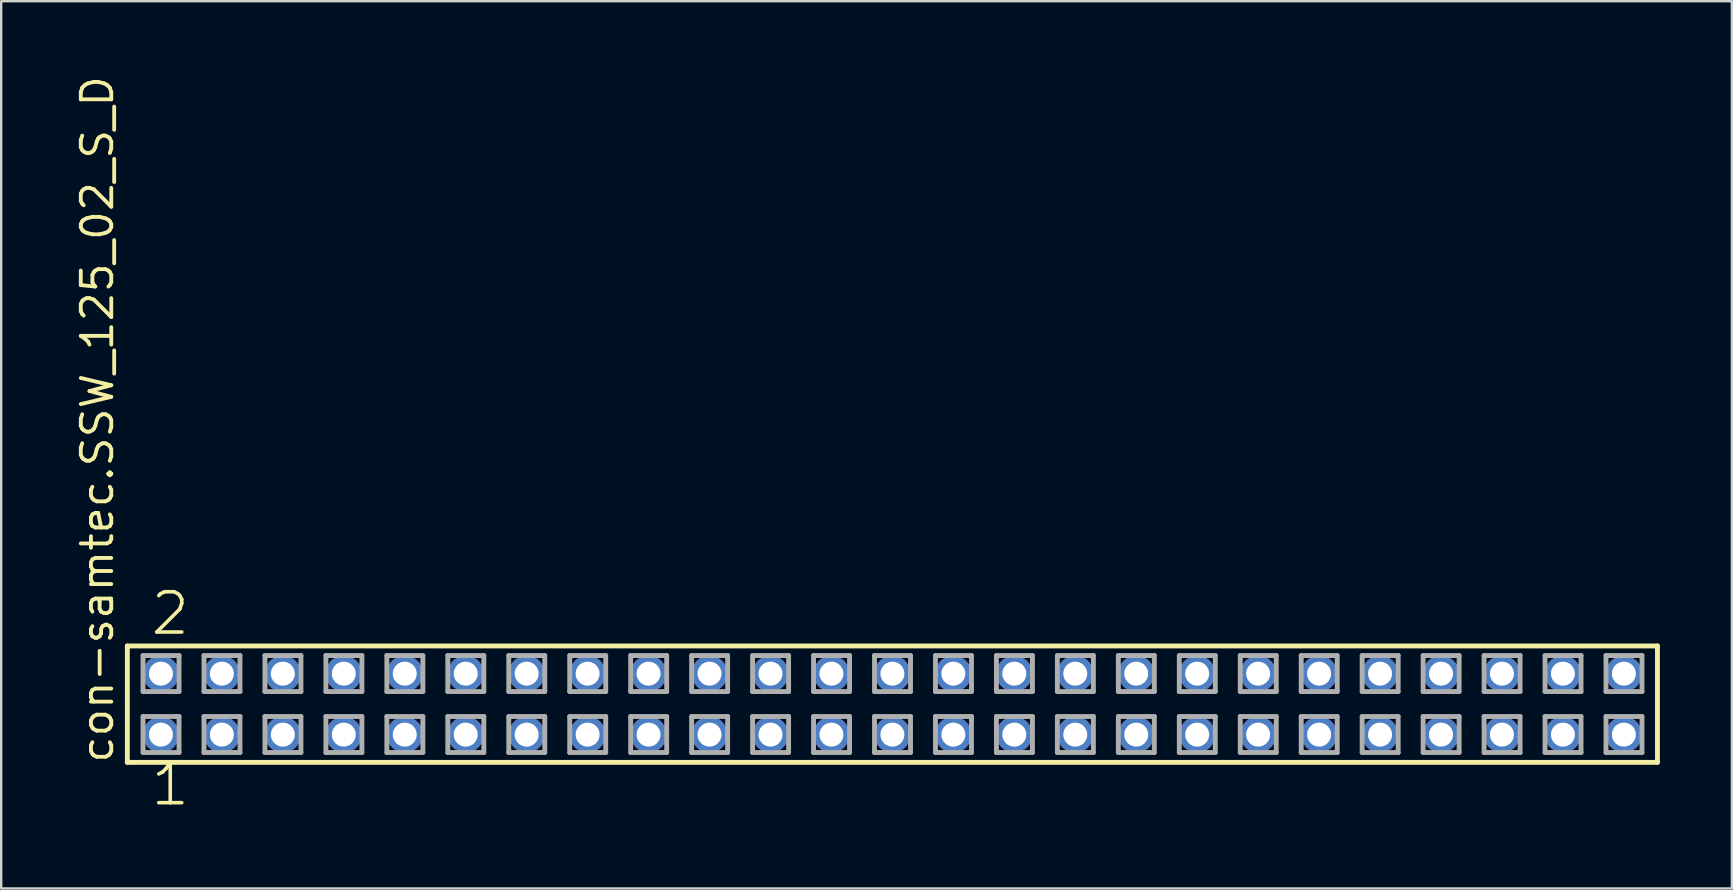
<source format=kicad_pcb>
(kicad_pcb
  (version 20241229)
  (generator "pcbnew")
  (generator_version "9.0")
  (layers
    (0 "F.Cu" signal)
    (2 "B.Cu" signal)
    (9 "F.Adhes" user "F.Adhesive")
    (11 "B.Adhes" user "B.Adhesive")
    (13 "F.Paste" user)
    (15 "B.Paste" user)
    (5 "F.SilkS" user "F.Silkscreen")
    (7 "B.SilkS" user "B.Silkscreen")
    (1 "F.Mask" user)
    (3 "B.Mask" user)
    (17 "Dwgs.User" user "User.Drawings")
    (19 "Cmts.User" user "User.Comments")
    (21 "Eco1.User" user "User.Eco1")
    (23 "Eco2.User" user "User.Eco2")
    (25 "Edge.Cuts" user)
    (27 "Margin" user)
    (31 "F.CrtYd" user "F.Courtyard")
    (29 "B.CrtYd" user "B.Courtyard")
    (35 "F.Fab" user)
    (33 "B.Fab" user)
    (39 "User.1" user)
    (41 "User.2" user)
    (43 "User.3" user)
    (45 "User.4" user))
  (footprint "con-samtec.SSW_125_02_S_D"
    (layer "F.Cu")
    (at 34.135 26.291)
    (property "Reference" "con-samtec.SSW_125_02_S_D" (at -32.385 2.54 90) (layer "F.SilkS") (effects (font (size 1.27 1.27) (thickness 0.16)) (justify left bottom)))
    (attr through_hole)
    (fp_line (start -31.879 -2.425) (end 31.879 -2.425) (stroke (width 0.203) (type default)) (layer "F.SilkS"))
    (fp_line (start -31.879 2.425) (end -31.879 -2.425) (stroke (width 0.203) (type default)) (layer "F.SilkS"))
    (fp_line (start 31.879 -2.425) (end 31.879 2.425) (stroke (width 0.203) (type default)) (layer "F.SilkS"))
    (fp_line (start 31.879 2.425) (end -31.879 2.425) (stroke (width 0.203) (type default)) (layer "F.SilkS"))
    (fp_line (start -31.225 -2.025) (end -29.725 -2.025) (stroke (width 0.203) (type default)) (layer "F.Fab"))
    (fp_line (start -31.225 -0.525) (end -31.225 -2.025) (stroke (width 0.203) (type default)) (layer "F.Fab"))
    (fp_line (start -31.225 0.515) (end -29.725 0.515) (stroke (width 0.203) (type default)) (layer "F.Fab"))
    (fp_line (start -31.225 2.015) (end -31.225 0.515) (stroke (width 0.203) (type default)) (layer "F.Fab"))
    (fp_line (start -29.725 -2.025) (end -29.725 -0.525) (stroke (width 0.203) (type default)) (layer "F.Fab"))
    (fp_line (start -29.725 -0.525) (end -31.225 -0.525) (stroke (width 0.203) (type default)) (layer "F.Fab"))
    (fp_line (start -29.725 0.515) (end -29.725 2.015) (stroke (width 0.203) (type default)) (layer "F.Fab"))
    (fp_line (start -29.725 2.015) (end -31.225 2.015) (stroke (width 0.203) (type default)) (layer "F.Fab"))
    (fp_line (start -28.685 -2.025) (end -27.185 -2.025) (stroke (width 0.203) (type default)) (layer "F.Fab"))
    (fp_line (start -28.685 -0.525) (end -28.685 -2.025) (stroke (width 0.203) (type default)) (layer "F.Fab"))
    (fp_line (start -28.685 0.515) (end -27.185 0.515) (stroke (width 0.203) (type default)) (layer "F.Fab"))
    (fp_line (start -28.685 2.015) (end -28.685 0.515) (stroke (width 0.203) (type default)) (layer "F.Fab"))
    (fp_line (start -27.185 -2.025) (end -27.185 -0.525) (stroke (width 0.203) (type default)) (layer "F.Fab"))
    (fp_line (start -27.185 -0.525) (end -28.685 -0.525) (stroke (width 0.203) (type default)) (layer "F.Fab"))
    (fp_line (start -27.185 0.515) (end -27.185 2.015) (stroke (width 0.203) (type default)) (layer "F.Fab"))
    (fp_line (start -27.185 2.015) (end -28.685 2.015) (stroke (width 0.203) (type default)) (layer "F.Fab"))
    (fp_line (start -26.145 -2.025) (end -24.645 -2.025) (stroke (width 0.203) (type default)) (layer "F.Fab"))
    (fp_line (start -26.145 -0.525) (end -26.145 -2.025) (stroke (width 0.203) (type default)) (layer "F.Fab"))
    (fp_line (start -26.145 0.515) (end -24.645 0.515) (stroke (width 0.203) (type default)) (layer "F.Fab"))
    (fp_line (start -26.145 2.015) (end -26.145 0.515) (stroke (width 0.203) (type default)) (layer "F.Fab"))
    (fp_line (start -24.645 -2.025) (end -24.645 -0.525) (stroke (width 0.203) (type default)) (layer "F.Fab"))
    (fp_line (start -24.645 -0.525) (end -26.145 -0.525) (stroke (width 0.203) (type default)) (layer "F.Fab"))
    (fp_line (start -24.645 0.515) (end -24.645 2.015) (stroke (width 0.203) (type default)) (layer "F.Fab"))
    (fp_line (start -24.645 2.015) (end -26.145 2.015) (stroke (width 0.203) (type default)) (layer "F.Fab"))
    (fp_line (start -23.605 -2.025) (end -22.105 -2.025) (stroke (width 0.203) (type default)) (layer "F.Fab"))
    (fp_line (start -23.605 -0.525) (end -23.605 -2.025) (stroke (width 0.203) (type default)) (layer "F.Fab"))
    (fp_line (start -23.605 0.515) (end -22.105 0.515) (stroke (width 0.203) (type default)) (layer "F.Fab"))
    (fp_line (start -23.605 2.015) (end -23.605 0.515) (stroke (width 0.203) (type default)) (layer "F.Fab"))
    (fp_line (start -22.105 -2.025) (end -22.105 -0.525) (stroke (width 0.203) (type default)) (layer "F.Fab"))
    (fp_line (start -22.105 -0.525) (end -23.605 -0.525) (stroke (width 0.203) (type default)) (layer "F.Fab"))
    (fp_line (start -22.105 0.515) (end -22.105 2.015) (stroke (width 0.203) (type default)) (layer "F.Fab"))
    (fp_line (start -22.105 2.015) (end -23.605 2.015) (stroke (width 0.203) (type default)) (layer "F.Fab"))
    (fp_line (start -21.065 -2.025) (end -19.565 -2.025) (stroke (width 0.203) (type default)) (layer "F.Fab"))
    (fp_line (start -21.065 -0.525) (end -21.065 -2.025) (stroke (width 0.203) (type default)) (layer "F.Fab"))
    (fp_line (start -21.065 0.515) (end -19.565 0.515) (stroke (width 0.203) (type default)) (layer "F.Fab"))
    (fp_line (start -21.065 2.015) (end -21.065 0.515) (stroke (width 0.203) (type default)) (layer "F.Fab"))
    (fp_line (start -19.565 -2.025) (end -19.565 -0.525) (stroke (width 0.203) (type default)) (layer "F.Fab"))
    (fp_line (start -19.565 -0.525) (end -21.065 -0.525) (stroke (width 0.203) (type default)) (layer "F.Fab"))
    (fp_line (start -19.565 0.515) (end -19.565 2.015) (stroke (width 0.203) (type default)) (layer "F.Fab"))
    (fp_line (start -19.565 2.015) (end -21.065 2.015) (stroke (width 0.203) (type default)) (layer "F.Fab"))
    (fp_line (start -18.525 -2.025) (end -17.025 -2.025) (stroke (width 0.203) (type default)) (layer "F.Fab"))
    (fp_line (start -18.525 -0.525) (end -18.525 -2.025) (stroke (width 0.203) (type default)) (layer "F.Fab"))
    (fp_line (start -18.525 0.515) (end -17.025 0.515) (stroke (width 0.203) (type default)) (layer "F.Fab"))
    (fp_line (start -18.525 2.015) (end -18.525 0.515) (stroke (width 0.203) (type default)) (layer "F.Fab"))
    (fp_line (start -17.025 -2.025) (end -17.025 -0.525) (stroke (width 0.203) (type default)) (layer "F.Fab"))
    (fp_line (start -17.025 -0.525) (end -18.525 -0.525) (stroke (width 0.203) (type default)) (layer "F.Fab"))
    (fp_line (start -17.025 0.515) (end -17.025 2.015) (stroke (width 0.203) (type default)) (layer "F.Fab"))
    (fp_line (start -17.025 2.015) (end -18.525 2.015) (stroke (width 0.203) (type default)) (layer "F.Fab"))
    (fp_line (start -15.985 -2.025) (end -14.485 -2.025) (stroke (width 0.203) (type default)) (layer "F.Fab"))
    (fp_line (start -15.985 -0.525) (end -15.985 -2.025) (stroke (width 0.203) (type default)) (layer "F.Fab"))
    (fp_line (start -15.985 0.515) (end -14.485 0.515) (stroke (width 0.203) (type default)) (layer "F.Fab"))
    (fp_line (start -15.985 2.015) (end -15.985 0.515) (stroke (width 0.203) (type default)) (layer "F.Fab"))
    (fp_line (start -14.485 -2.025) (end -14.485 -0.525) (stroke (width 0.203) (type default)) (layer "F.Fab"))
    (fp_line (start -14.485 -0.525) (end -15.985 -0.525) (stroke (width 0.203) (type default)) (layer "F.Fab"))
    (fp_line (start -14.485 0.515) (end -14.485 2.015) (stroke (width 0.203) (type default)) (layer "F.Fab"))
    (fp_line (start -14.485 2.015) (end -15.985 2.015) (stroke (width 0.203) (type default)) (layer "F.Fab"))
    (fp_line (start -13.445 -2.025) (end -11.945 -2.025) (stroke (width 0.203) (type default)) (layer "F.Fab"))
    (fp_line (start -13.445 -0.525) (end -13.445 -2.025) (stroke (width 0.203) (type default)) (layer "F.Fab"))
    (fp_line (start -13.445 0.515) (end -11.945 0.515) (stroke (width 0.203) (type default)) (layer "F.Fab"))
    (fp_line (start -13.445 2.015) (end -13.445 0.515) (stroke (width 0.203) (type default)) (layer "F.Fab"))
    (fp_line (start -11.945 -2.025) (end -11.945 -0.525) (stroke (width 0.203) (type default)) (layer "F.Fab"))
    (fp_line (start -11.945 -0.525) (end -13.445 -0.525) (stroke (width 0.203) (type default)) (layer "F.Fab"))
    (fp_line (start -11.945 0.515) (end -11.945 2.015) (stroke (width 0.203) (type default)) (layer "F.Fab"))
    (fp_line (start -11.945 2.015) (end -13.445 2.015) (stroke (width 0.203) (type default)) (layer "F.Fab"))
    (fp_line (start -10.905 -2.025) (end -9.405 -2.025) (stroke (width 0.203) (type default)) (layer "F.Fab"))
    (fp_line (start -10.905 -0.525) (end -10.905 -2.025) (stroke (width 0.203) (type default)) (layer "F.Fab"))
    (fp_line (start -10.905 0.515) (end -9.405 0.515) (stroke (width 0.203) (type default)) (layer "F.Fab"))
    (fp_line (start -10.905 2.015) (end -10.905 0.515) (stroke (width 0.203) (type default)) (layer "F.Fab"))
    (fp_line (start -9.405 -2.025) (end -9.405 -0.525) (stroke (width 0.203) (type default)) (layer "F.Fab"))
    (fp_line (start -9.405 -0.525) (end -10.905 -0.525) (stroke (width 0.203) (type default)) (layer "F.Fab"))
    (fp_line (start -9.405 0.515) (end -9.405 2.015) (stroke (width 0.203) (type default)) (layer "F.Fab"))
    (fp_line (start -9.405 2.015) (end -10.905 2.015) (stroke (width 0.203) (type default)) (layer "F.Fab"))
    (fp_line (start -8.365 -2.025) (end -6.865 -2.025) (stroke (width 0.203) (type default)) (layer "F.Fab"))
    (fp_line (start -8.365 -0.525) (end -8.365 -2.025) (stroke (width 0.203) (type default)) (layer "F.Fab"))
    (fp_line (start -8.365 0.515) (end -6.865 0.515) (stroke (width 0.203) (type default)) (layer "F.Fab"))
    (fp_line (start -8.365 2.015) (end -8.365 0.515) (stroke (width 0.203) (type default)) (layer "F.Fab"))
    (fp_line (start -6.865 -2.025) (end -6.865 -0.525) (stroke (width 0.203) (type default)) (layer "F.Fab"))
    (fp_line (start -6.865 -0.525) (end -8.365 -0.525) (stroke (width 0.203) (type default)) (layer "F.Fab"))
    (fp_line (start -6.865 0.515) (end -6.865 2.015) (stroke (width 0.203) (type default)) (layer "F.Fab"))
    (fp_line (start -6.865 2.015) (end -8.365 2.015) (stroke (width 0.203) (type default)) (layer "F.Fab"))
    (fp_line (start -5.825 -2.025) (end -4.325 -2.025) (stroke (width 0.203) (type default)) (layer "F.Fab"))
    (fp_line (start -5.825 -0.525) (end -5.825 -2.025) (stroke (width 0.203) (type default)) (layer "F.Fab"))
    (fp_line (start -5.825 0.515) (end -4.325 0.515) (stroke (width 0.203) (type default)) (layer "F.Fab"))
    (fp_line (start -5.825 2.015) (end -5.825 0.515) (stroke (width 0.203) (type default)) (layer "F.Fab"))
    (fp_line (start -4.325 -2.025) (end -4.325 -0.525) (stroke (width 0.203) (type default)) (layer "F.Fab"))
    (fp_line (start -4.325 -0.525) (end -5.825 -0.525) (stroke (width 0.203) (type default)) (layer "F.Fab"))
    (fp_line (start -4.325 0.515) (end -4.325 2.015) (stroke (width 0.203) (type default)) (layer "F.Fab"))
    (fp_line (start -4.325 2.015) (end -5.825 2.015) (stroke (width 0.203) (type default)) (layer "F.Fab"))
    (fp_line (start -3.285 -2.025) (end -1.785 -2.025) (stroke (width 0.203) (type default)) (layer "F.Fab"))
    (fp_line (start -3.285 -0.525) (end -3.285 -2.025) (stroke (width 0.203) (type default)) (layer "F.Fab"))
    (fp_line (start -3.285 0.515) (end -1.785 0.515) (stroke (width 0.203) (type default)) (layer "F.Fab"))
    (fp_line (start -3.285 2.015) (end -3.285 0.515) (stroke (width 0.203) (type default)) (layer "F.Fab"))
    (fp_line (start -1.785 -2.025) (end -1.785 -0.525) (stroke (width 0.203) (type default)) (layer "F.Fab"))
    (fp_line (start -1.785 -0.525) (end -3.285 -0.525) (stroke (width 0.203) (type default)) (layer "F.Fab"))
    (fp_line (start -1.785 0.515) (end -1.785 2.015) (stroke (width 0.203) (type default)) (layer "F.Fab"))
    (fp_line (start -1.785 2.015) (end -3.285 2.015) (stroke (width 0.203) (type default)) (layer "F.Fab"))
    (fp_line (start -0.745 -2.025) (end 0.755 -2.025) (stroke (width 0.203) (type default)) (layer "F.Fab"))
    (fp_line (start -0.745 -0.525) (end -0.745 -2.025) (stroke (width 0.203) (type default)) (layer "F.Fab"))
    (fp_line (start -0.745 0.515) (end 0.755 0.515) (stroke (width 0.203) (type default)) (layer "F.Fab"))
    (fp_line (start -0.745 2.015) (end -0.745 0.515) (stroke (width 0.203) (type default)) (layer "F.Fab"))
    (fp_line (start 0.755 -2.025) (end 0.755 -0.525) (stroke (width 0.203) (type default)) (layer "F.Fab"))
    (fp_line (start 0.755 -0.525) (end -0.745 -0.525) (stroke (width 0.203) (type default)) (layer "F.Fab"))
    (fp_line (start 0.755 0.515) (end 0.755 2.015) (stroke (width 0.203) (type default)) (layer "F.Fab"))
    (fp_line (start 0.755 2.015) (end -0.745 2.015) (stroke (width 0.203) (type default)) (layer "F.Fab"))
    (fp_line (start 1.795 -2.025) (end 3.295 -2.025) (stroke (width 0.203) (type default)) (layer "F.Fab"))
    (fp_line (start 1.795 -0.525) (end 1.795 -2.025) (stroke (width 0.203) (type default)) (layer "F.Fab"))
    (fp_line (start 1.795 0.515) (end 3.295 0.515) (stroke (width 0.203) (type default)) (layer "F.Fab"))
    (fp_line (start 1.795 2.015) (end 1.795 0.515) (stroke (width 0.203) (type default)) (layer "F.Fab"))
    (fp_line (start 3.295 -2.025) (end 3.295 -0.525) (stroke (width 0.203) (type default)) (layer "F.Fab"))
    (fp_line (start 3.295 -0.525) (end 1.795 -0.525) (stroke (width 0.203) (type default)) (layer "F.Fab"))
    (fp_line (start 3.295 0.515) (end 3.295 2.015) (stroke (width 0.203) (type default)) (layer "F.Fab"))
    (fp_line (start 3.295 2.015) (end 1.795 2.015) (stroke (width 0.203) (type default)) (layer "F.Fab"))
    (fp_line (start 4.335 -2.025) (end 5.835 -2.025) (stroke (width 0.203) (type default)) (layer "F.Fab"))
    (fp_line (start 4.335 -0.525) (end 4.335 -2.025) (stroke (width 0.203) (type default)) (layer "F.Fab"))
    (fp_line (start 4.335 0.515) (end 5.835 0.515) (stroke (width 0.203) (type default)) (layer "F.Fab"))
    (fp_line (start 4.335 2.015) (end 4.335 0.515) (stroke (width 0.203) (type default)) (layer "F.Fab"))
    (fp_line (start 5.835 -2.025) (end 5.835 -0.525) (stroke (width 0.203) (type default)) (layer "F.Fab"))
    (fp_line (start 5.835 -0.525) (end 4.335 -0.525) (stroke (width 0.203) (type default)) (layer "F.Fab"))
    (fp_line (start 5.835 0.515) (end 5.835 2.015) (stroke (width 0.203) (type default)) (layer "F.Fab"))
    (fp_line (start 5.835 2.015) (end 4.335 2.015) (stroke (width 0.203) (type default)) (layer "F.Fab"))
    (fp_line (start 6.875 -2.025) (end 8.375 -2.025) (stroke (width 0.203) (type default)) (layer "F.Fab"))
    (fp_line (start 6.875 -0.525) (end 6.875 -2.025) (stroke (width 0.203) (type default)) (layer "F.Fab"))
    (fp_line (start 6.875 0.515) (end 8.375 0.515) (stroke (width 0.203) (type default)) (layer "F.Fab"))
    (fp_line (start 6.875 2.015) (end 6.875 0.515) (stroke (width 0.203) (type default)) (layer "F.Fab"))
    (fp_line (start 8.375 -2.025) (end 8.375 -0.525) (stroke (width 0.203) (type default)) (layer "F.Fab"))
    (fp_line (start 8.375 -0.525) (end 6.875 -0.525) (stroke (width 0.203) (type default)) (layer "F.Fab"))
    (fp_line (start 8.375 0.515) (end 8.375 2.015) (stroke (width 0.203) (type default)) (layer "F.Fab"))
    (fp_line (start 8.375 2.015) (end 6.875 2.015) (stroke (width 0.203) (type default)) (layer "F.Fab"))
    (fp_line (start 9.415 -2.025) (end 10.915 -2.025) (stroke (width 0.203) (type default)) (layer "F.Fab"))
    (fp_line (start 9.415 -0.525) (end 9.415 -2.025) (stroke (width 0.203) (type default)) (layer "F.Fab"))
    (fp_line (start 9.415 0.515) (end 10.915 0.515) (stroke (width 0.203) (type default)) (layer "F.Fab"))
    (fp_line (start 9.415 2.015) (end 9.415 0.515) (stroke (width 0.203) (type default)) (layer "F.Fab"))
    (fp_line (start 10.915 -2.025) (end 10.915 -0.525) (stroke (width 0.203) (type default)) (layer "F.Fab"))
    (fp_line (start 10.915 -0.525) (end 9.415 -0.525) (stroke (width 0.203) (type default)) (layer "F.Fab"))
    (fp_line (start 10.915 0.515) (end 10.915 2.015) (stroke (width 0.203) (type default)) (layer "F.Fab"))
    (fp_line (start 10.915 2.015) (end 9.415 2.015) (stroke (width 0.203) (type default)) (layer "F.Fab"))
    (fp_line (start 11.955 -2.025) (end 13.455 -2.025) (stroke (width 0.203) (type default)) (layer "F.Fab"))
    (fp_line (start 11.955 -0.525) (end 11.955 -2.025) (stroke (width 0.203) (type default)) (layer "F.Fab"))
    (fp_line (start 11.955 0.515) (end 13.455 0.515) (stroke (width 0.203) (type default)) (layer "F.Fab"))
    (fp_line (start 11.955 2.015) (end 11.955 0.515) (stroke (width 0.203) (type default)) (layer "F.Fab"))
    (fp_line (start 13.455 -2.025) (end 13.455 -0.525) (stroke (width 0.203) (type default)) (layer "F.Fab"))
    (fp_line (start 13.455 -0.525) (end 11.955 -0.525) (stroke (width 0.203) (type default)) (layer "F.Fab"))
    (fp_line (start 13.455 0.515) (end 13.455 2.015) (stroke (width 0.203) (type default)) (layer "F.Fab"))
    (fp_line (start 13.455 2.015) (end 11.955 2.015) (stroke (width 0.203) (type default)) (layer "F.Fab"))
    (fp_line (start 14.495 -2.025) (end 15.995 -2.025) (stroke (width 0.203) (type default)) (layer "F.Fab"))
    (fp_line (start 14.495 -0.525) (end 14.495 -2.025) (stroke (width 0.203) (type default)) (layer "F.Fab"))
    (fp_line (start 14.495 0.515) (end 15.995 0.515) (stroke (width 0.203) (type default)) (layer "F.Fab"))
    (fp_line (start 14.495 2.015) (end 14.495 0.515) (stroke (width 0.203) (type default)) (layer "F.Fab"))
    (fp_line (start 15.995 -2.025) (end 15.995 -0.525) (stroke (width 0.203) (type default)) (layer "F.Fab"))
    (fp_line (start 15.995 -0.525) (end 14.495 -0.525) (stroke (width 0.203) (type default)) (layer "F.Fab"))
    (fp_line (start 15.995 0.515) (end 15.995 2.015) (stroke (width 0.203) (type default)) (layer "F.Fab"))
    (fp_line (start 15.995 2.015) (end 14.495 2.015) (stroke (width 0.203) (type default)) (layer "F.Fab"))
    (fp_line (start 17.035 -2.025) (end 18.535 -2.025) (stroke (width 0.203) (type default)) (layer "F.Fab"))
    (fp_line (start 17.035 -0.525) (end 17.035 -2.025) (stroke (width 0.203) (type default)) (layer "F.Fab"))
    (fp_line (start 17.035 0.515) (end 18.535 0.515) (stroke (width 0.203) (type default)) (layer "F.Fab"))
    (fp_line (start 17.035 2.015) (end 17.035 0.515) (stroke (width 0.203) (type default)) (layer "F.Fab"))
    (fp_line (start 18.535 -2.025) (end 18.535 -0.525) (stroke (width 0.203) (type default)) (layer "F.Fab"))
    (fp_line (start 18.535 -0.525) (end 17.035 -0.525) (stroke (width 0.203) (type default)) (layer "F.Fab"))
    (fp_line (start 18.535 0.515) (end 18.535 2.015) (stroke (width 0.203) (type default)) (layer "F.Fab"))
    (fp_line (start 18.535 2.015) (end 17.035 2.015) (stroke (width 0.203) (type default)) (layer "F.Fab"))
    (fp_line (start 19.575 -2.025) (end 21.075 -2.025) (stroke (width 0.203) (type default)) (layer "F.Fab"))
    (fp_line (start 19.575 -0.525) (end 19.575 -2.025) (stroke (width 0.203) (type default)) (layer "F.Fab"))
    (fp_line (start 19.575 0.515) (end 21.075 0.515) (stroke (width 0.203) (type default)) (layer "F.Fab"))
    (fp_line (start 19.575 2.015) (end 19.575 0.515) (stroke (width 0.203) (type default)) (layer "F.Fab"))
    (fp_line (start 21.075 -2.025) (end 21.075 -0.525) (stroke (width 0.203) (type default)) (layer "F.Fab"))
    (fp_line (start 21.075 -0.525) (end 19.575 -0.525) (stroke (width 0.203) (type default)) (layer "F.Fab"))
    (fp_line (start 21.075 0.515) (end 21.075 2.015) (stroke (width 0.203) (type default)) (layer "F.Fab"))
    (fp_line (start 21.075 2.015) (end 19.575 2.015) (stroke (width 0.203) (type default)) (layer "F.Fab"))
    (fp_line (start 22.115 -2.025) (end 23.615 -2.025) (stroke (width 0.203) (type default)) (layer "F.Fab"))
    (fp_line (start 22.115 -0.525) (end 22.115 -2.025) (stroke (width 0.203) (type default)) (layer "F.Fab"))
    (fp_line (start 22.115 0.515) (end 23.615 0.515) (stroke (width 0.203) (type default)) (layer "F.Fab"))
    (fp_line (start 22.115 2.015) (end 22.115 0.515) (stroke (width 0.203) (type default)) (layer "F.Fab"))
    (fp_line (start 23.615 -2.025) (end 23.615 -0.525) (stroke (width 0.203) (type default)) (layer "F.Fab"))
    (fp_line (start 23.615 -0.525) (end 22.115 -0.525) (stroke (width 0.203) (type default)) (layer "F.Fab"))
    (fp_line (start 23.615 0.515) (end 23.615 2.015) (stroke (width 0.203) (type default)) (layer "F.Fab"))
    (fp_line (start 23.615 2.015) (end 22.115 2.015) (stroke (width 0.203) (type default)) (layer "F.Fab"))
    (fp_line (start 24.655 -2.025) (end 26.155 -2.025) (stroke (width 0.203) (type default)) (layer "F.Fab"))
    (fp_line (start 24.655 -0.525) (end 24.655 -2.025) (stroke (width 0.203) (type default)) (layer "F.Fab"))
    (fp_line (start 24.655 0.515) (end 26.155 0.515) (stroke (width 0.203) (type default)) (layer "F.Fab"))
    (fp_line (start 24.655 2.015) (end 24.655 0.515) (stroke (width 0.203) (type default)) (layer "F.Fab"))
    (fp_line (start 26.155 -2.025) (end 26.155 -0.525) (stroke (width 0.203) (type default)) (layer "F.Fab"))
    (fp_line (start 26.155 -0.525) (end 24.655 -0.525) (stroke (width 0.203) (type default)) (layer "F.Fab"))
    (fp_line (start 26.155 0.515) (end 26.155 2.015) (stroke (width 0.203) (type default)) (layer "F.Fab"))
    (fp_line (start 26.155 2.015) (end 24.655 2.015) (stroke (width 0.203) (type default)) (layer "F.Fab"))
    (fp_line (start 27.195 -2.025) (end 28.695 -2.025) (stroke (width 0.203) (type default)) (layer "F.Fab"))
    (fp_line (start 27.195 -0.525) (end 27.195 -2.025) (stroke (width 0.203) (type default)) (layer "F.Fab"))
    (fp_line (start 27.195 0.515) (end 28.695 0.515) (stroke (width 0.203) (type default)) (layer "F.Fab"))
    (fp_line (start 27.195 2.015) (end 27.195 0.515) (stroke (width 0.203) (type default)) (layer "F.Fab"))
    (fp_line (start 28.695 -2.025) (end 28.695 -0.525) (stroke (width 0.203) (type default)) (layer "F.Fab"))
    (fp_line (start 28.695 -0.525) (end 27.195 -0.525) (stroke (width 0.203) (type default)) (layer "F.Fab"))
    (fp_line (start 28.695 0.515) (end 28.695 2.015) (stroke (width 0.203) (type default)) (layer "F.Fab"))
    (fp_line (start 28.695 2.015) (end 27.195 2.015) (stroke (width 0.203) (type default)) (layer "F.Fab"))
    (fp_line (start 29.735 -2.025) (end 31.235 -2.025) (stroke (width 0.203) (type default)) (layer "F.Fab"))
    (fp_line (start 29.735 -0.525) (end 29.735 -2.025) (stroke (width 0.203) (type default)) (layer "F.Fab"))
    (fp_line (start 29.735 0.515) (end 31.235 0.515) (stroke (width 0.203) (type default)) (layer "F.Fab"))
    (fp_line (start 29.735 2.015) (end 29.735 0.515) (stroke (width 0.203) (type default)) (layer "F.Fab"))
    (fp_line (start 31.235 -2.025) (end 31.235 -0.525) (stroke (width 0.203) (type default)) (layer "F.Fab"))
    (fp_line (start 31.235 -0.525) (end 29.735 -0.525) (stroke (width 0.203) (type default)) (layer "F.Fab"))
    (fp_line (start 31.235 0.515) (end 31.235 2.015) (stroke (width 0.203) (type default)) (layer "F.Fab"))
    (fp_line (start 31.235 2.015) (end 29.735 2.015) (stroke (width 0.203) (type default)) (layer "F.Fab"))
    (fp_text user "2" (at -30.988 -2.794 0) (layer "F.SilkS") (effects (font (size 1.676 1.676) (thickness 0.15)) (justify left bottom)))
    (fp_text user "1" (at -30.988 4.318 0) (layer "F.SilkS") (effects (font (size 1.676 1.676) (thickness 0.15)) (justify left bottom)))
    (pad "1" thru_hole circle (at -30.48 1.27) (size 1.5 1.5) (drill 1) (layers "*.Cu" "*.Mask"))
    (pad "2" thru_hole circle (at -30.48 -1.27) (size 1.5 1.5) (drill 1) (layers "*.Cu" "*.Mask"))
    (pad "3" thru_hole circle (at -27.94 1.27) (size 1.5 1.5) (drill 1) (layers "*.Cu" "*.Mask"))
    (pad "4" thru_hole circle (at -27.94 -1.27) (size 1.5 1.5) (drill 1) (layers "*.Cu" "*.Mask"))
    (pad "5" thru_hole circle (at -25.4 1.27) (size 1.5 1.5) (drill 1) (layers "*.Cu" "*.Mask"))
    (pad "6" thru_hole circle (at -25.4 -1.27) (size 1.5 1.5) (drill 1) (layers "*.Cu" "*.Mask"))
    (pad "7" thru_hole circle (at -22.86 1.27) (size 1.5 1.5) (drill 1) (layers "*.Cu" "*.Mask"))
    (pad "8" thru_hole circle (at -22.86 -1.27) (size 1.5 1.5) (drill 1) (layers "*.Cu" "*.Mask"))
    (pad "9" thru_hole circle (at -20.32 1.27) (size 1.5 1.5) (drill 1) (layers "*.Cu" "*.Mask"))
    (pad "10" thru_hole circle (at -20.32 -1.27) (size 1.5 1.5) (drill 1) (layers "*.Cu" "*.Mask"))
    (pad "11" thru_hole circle (at -17.78 1.27) (size 1.5 1.5) (drill 1) (layers "*.Cu" "*.Mask"))
    (pad "12" thru_hole circle (at -17.78 -1.27) (size 1.5 1.5) (drill 1) (layers "*.Cu" "*.Mask"))
    (pad "13" thru_hole circle (at -15.24 1.27) (size 1.5 1.5) (drill 1) (layers "*.Cu" "*.Mask"))
    (pad "14" thru_hole circle (at -15.24 -1.27) (size 1.5 1.5) (drill 1) (layers "*.Cu" "*.Mask"))
    (pad "15" thru_hole circle (at -12.7 1.27) (size 1.5 1.5) (drill 1) (layers "*.Cu" "*.Mask"))
    (pad "16" thru_hole circle (at -12.7 -1.27) (size 1.5 1.5) (drill 1) (layers "*.Cu" "*.Mask"))
    (pad "17" thru_hole circle (at -10.16 1.27) (size 1.5 1.5) (drill 1) (layers "*.Cu" "*.Mask"))
    (pad "18" thru_hole circle (at -10.16 -1.27) (size 1.5 1.5) (drill 1) (layers "*.Cu" "*.Mask"))
    (pad "19" thru_hole circle (at -7.62 1.27) (size 1.5 1.5) (drill 1) (layers "*.Cu" "*.Mask"))
    (pad "20" thru_hole circle (at -7.62 -1.27) (size 1.5 1.5) (drill 1) (layers "*.Cu" "*.Mask"))
    (pad "21" thru_hole circle (at -5.08 1.27) (size 1.5 1.5) (drill 1) (layers "*.Cu" "*.Mask"))
    (pad "22" thru_hole circle (at -5.08 -1.27) (size 1.5 1.5) (drill 1) (layers "*.Cu" "*.Mask"))
    (pad "23" thru_hole circle (at -2.54 1.27) (size 1.5 1.5) (drill 1) (layers "*.Cu" "*.Mask"))
    (pad "24" thru_hole circle (at -2.54 -1.27) (size 1.5 1.5) (drill 1) (layers "*.Cu" "*.Mask"))
    (pad "25" thru_hole circle (at 0 1.27) (size 1.5 1.5) (drill 1) (layers "*.Cu" "*.Mask"))
    (pad "26" thru_hole circle (at 0 -1.27) (size 1.5 1.5) (drill 1) (layers "*.Cu" "*.Mask"))
    (pad "27" thru_hole circle (at 2.54 1.27) (size 1.5 1.5) (drill 1) (layers "*.Cu" "*.Mask"))
    (pad "28" thru_hole circle (at 2.54 -1.27) (size 1.5 1.5) (drill 1) (layers "*.Cu" "*.Mask"))
    (pad "29" thru_hole circle (at 5.08 1.27) (size 1.5 1.5) (drill 1) (layers "*.Cu" "*.Mask"))
    (pad "30" thru_hole circle (at 5.08 -1.27) (size 1.5 1.5) (drill 1) (layers "*.Cu" "*.Mask"))
    (pad "31" thru_hole circle (at 7.62 1.27) (size 1.5 1.5) (drill 1) (layers "*.Cu" "*.Mask"))
    (pad "32" thru_hole circle (at 7.62 -1.27) (size 1.5 1.5) (drill 1) (layers "*.Cu" "*.Mask"))
    (pad "33" thru_hole circle (at 10.16 1.27) (size 1.5 1.5) (drill 1) (layers "*.Cu" "*.Mask"))
    (pad "34" thru_hole circle (at 10.16 -1.27) (size 1.5 1.5) (drill 1) (layers "*.Cu" "*.Mask"))
    (pad "35" thru_hole circle (at 12.7 1.27) (size 1.5 1.5) (drill 1) (layers "*.Cu" "*.Mask"))
    (pad "36" thru_hole circle (at 12.7 -1.27) (size 1.5 1.5) (drill 1) (layers "*.Cu" "*.Mask"))
    (pad "37" thru_hole circle (at 15.24 1.27) (size 1.5 1.5) (drill 1) (layers "*.Cu" "*.Mask"))
    (pad "38" thru_hole circle (at 15.24 -1.27) (size 1.5 1.5) (drill 1) (layers "*.Cu" "*.Mask"))
    (pad "39" thru_hole circle (at 17.78 1.27) (size 1.5 1.5) (drill 1) (layers "*.Cu" "*.Mask"))
    (pad "40" thru_hole circle (at 17.78 -1.27) (size 1.5 1.5) (drill 1) (layers "*.Cu" "*.Mask"))
    (pad "41" thru_hole circle (at 20.32 1.27) (size 1.5 1.5) (drill 1) (layers "*.Cu" "*.Mask"))
    (pad "42" thru_hole circle (at 20.32 -1.27) (size 1.5 1.5) (drill 1) (layers "*.Cu" "*.Mask"))
    (pad "43" thru_hole circle (at 22.86 1.27) (size 1.5 1.5) (drill 1) (layers "*.Cu" "*.Mask"))
    (pad "44" thru_hole circle (at 22.86 -1.27) (size 1.5 1.5) (drill 1) (layers "*.Cu" "*.Mask"))
    (pad "45" thru_hole circle (at 25.4 1.27) (size 1.5 1.5) (drill 1) (layers "*.Cu" "*.Mask"))
    (pad "46" thru_hole circle (at 25.4 -1.27) (size 1.5 1.5) (drill 1) (layers "*.Cu" "*.Mask"))
    (pad "47" thru_hole circle (at 27.94 1.27) (size 1.5 1.5) (drill 1) (layers "*.Cu" "*.Mask"))
    (pad "48" thru_hole circle (at 27.94 -1.27) (size 1.5 1.5) (drill 1) (layers "*.Cu" "*.Mask"))
    (pad "49" thru_hole circle (at 30.48 1.27) (size 1.5 1.5) (drill 1) (layers "*.Cu" "*.Mask"))
    (pad "50" thru_hole circle (at 30.48 -1.27) (size 1.5 1.5) (drill 1) (layers "*.Cu" "*.Mask")))
  (gr_rect
    (start -3 -3)
    (end 69.116 33.971)
    (stroke (width 0.1) (type default))
    (fill no)
    (layer "Edge.Cuts")))
</source>
